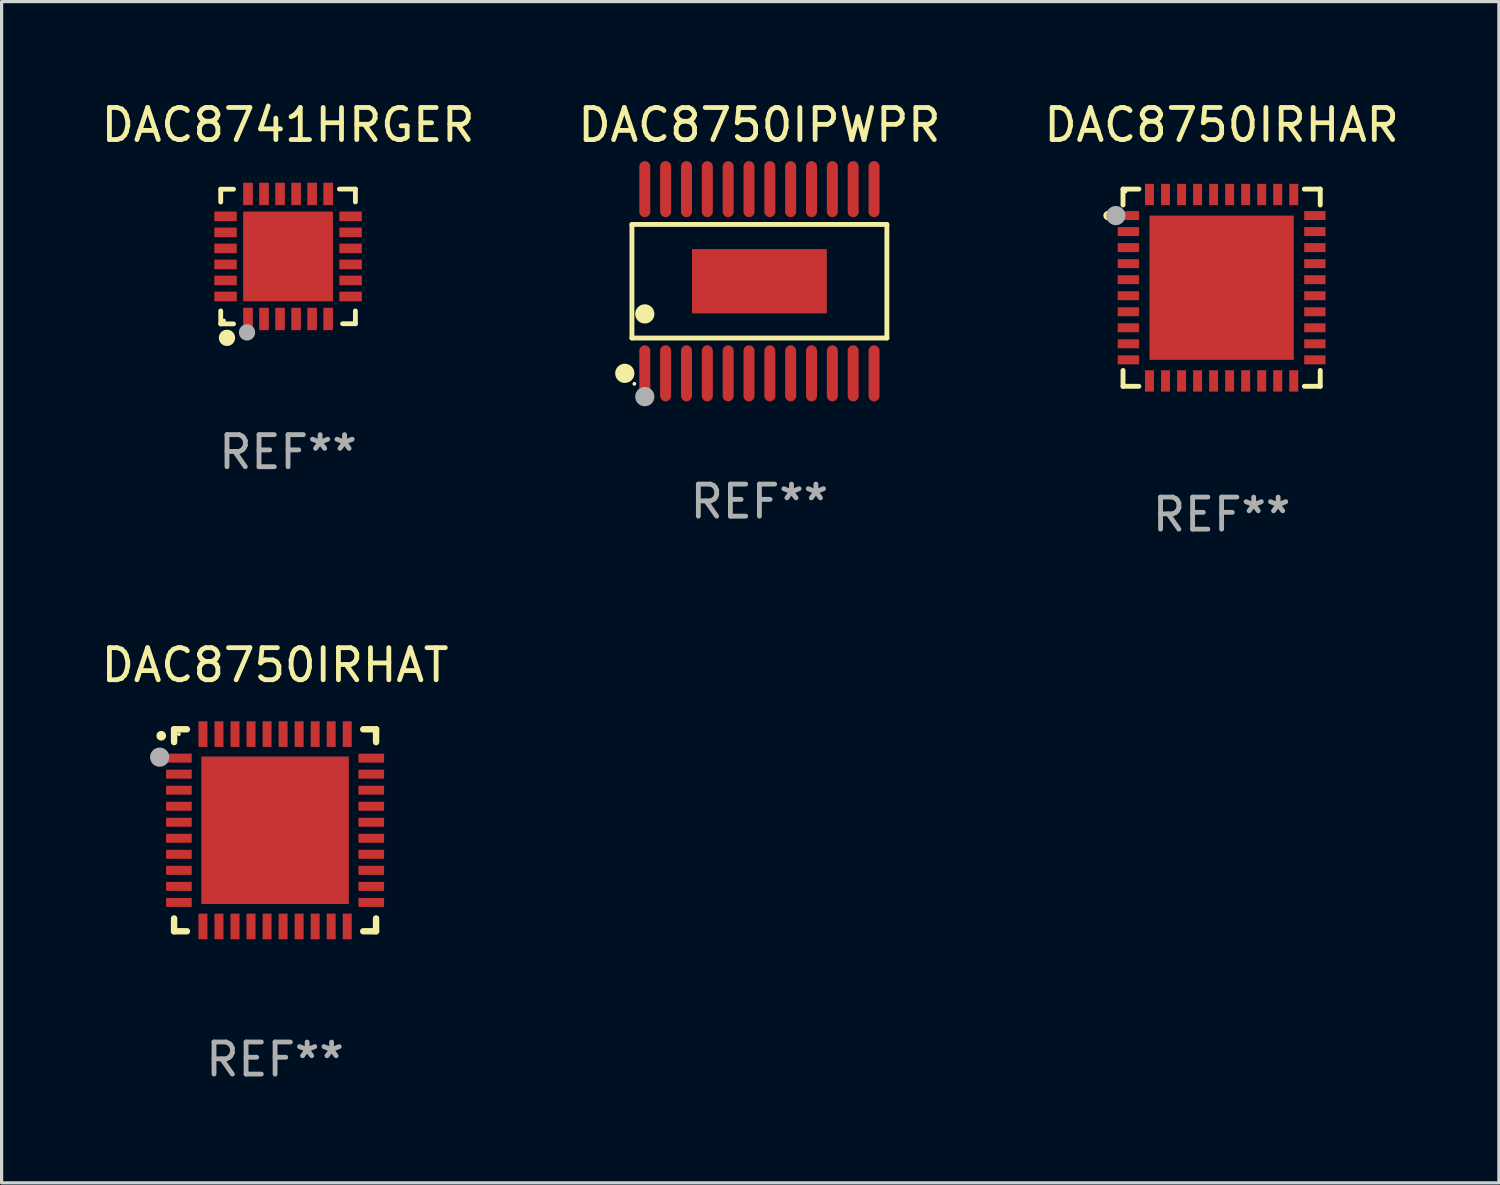
<source format=kicad_pcb>
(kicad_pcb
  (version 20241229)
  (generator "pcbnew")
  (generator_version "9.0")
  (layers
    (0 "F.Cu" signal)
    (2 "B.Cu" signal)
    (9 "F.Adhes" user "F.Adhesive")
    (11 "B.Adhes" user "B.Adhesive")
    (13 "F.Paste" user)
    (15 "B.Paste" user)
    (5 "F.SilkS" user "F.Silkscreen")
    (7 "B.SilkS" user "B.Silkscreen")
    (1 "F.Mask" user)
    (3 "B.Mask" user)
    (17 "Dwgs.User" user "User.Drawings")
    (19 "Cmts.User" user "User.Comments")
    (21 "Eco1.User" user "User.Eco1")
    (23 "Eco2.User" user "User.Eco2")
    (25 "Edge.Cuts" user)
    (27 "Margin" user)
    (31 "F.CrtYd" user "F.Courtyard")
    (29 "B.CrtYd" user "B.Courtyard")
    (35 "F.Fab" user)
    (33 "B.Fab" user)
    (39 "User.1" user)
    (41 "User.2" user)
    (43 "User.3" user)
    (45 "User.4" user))
  (footprint "DAC8750IPWPR"
    (layer "F.Cu")
    (at 20.637 5.722)
    (property "Reference" "DAC8750IPWPR" (at 0 -4.873 0) (layer "F.SilkS") (effects (font (size 1 1) (thickness 0.15))))
    (attr through_hole)
    (fp_line (start -3.976 -1.771) (end 3.976 -1.771) (stroke (width 0.152) (type solid)) (layer "F.SilkS"))
    (fp_line (start -3.976 1.771) (end -3.976 -1.771) (stroke (width 0.152) (type solid)) (layer "F.SilkS"))
    (fp_line (start 3.976 -1.771) (end 3.976 1.771) (stroke (width 0.152) (type solid)) (layer "F.SilkS"))
    (fp_line (start 3.976 1.771) (end -3.976 1.771) (stroke (width 0.152) (type solid)) (layer "F.SilkS"))
    (fp_circle (center -4.199 2.873) (end -4.049 2.873) (stroke (width 0.3) (type solid)) (fill no) (layer "F.SilkS"))
    (fp_circle (center -3.9 3.2) (end -3.87 3.2) (stroke (width 0.06) (type solid)) (fill no) (layer "F.SilkS"))
    (fp_circle (center -3.575 1.019) (end -3.425 1.019) (stroke (width 0.3) (type solid)) (fill no) (layer "F.SilkS"))
    (fp_circle (center -3.575 3.6) (end -3.425 3.6) (stroke (width 0.3) (type solid)) (fill no) (layer "F.Fab"))
    (fp_text user "REF**" (at 0 6.873 0) (layer "F.Fab") (effects (font (size 1 1) (thickness 0.15))))
    (pad "1" smd oval (at -3.575 2.873) (size 0.343 1.747) (layers "F.Cu" "F.Mask" "F.Paste"))
    (pad "2" smd oval (at -2.925 2.873) (size 0.343 1.747) (layers "F.Cu" "F.Mask" "F.Paste"))
    (pad "3" smd oval (at -2.275 2.873) (size 0.343 1.747) (layers "F.Cu" "F.Mask" "F.Paste"))
    (pad "4" smd oval (at -1.625 2.873) (size 0.343 1.747) (layers "F.Cu" "F.Mask" "F.Paste"))
    (pad "5" smd oval (at -0.975 2.873) (size 0.343 1.747) (layers "F.Cu" "F.Mask" "F.Paste"))
    (pad "6" smd oval (at -0.325 2.873) (size 0.343 1.747) (layers "F.Cu" "F.Mask" "F.Paste"))
    (pad "7" smd oval (at 0.325 2.873) (size 0.343 1.747) (layers "F.Cu" "F.Mask" "F.Paste"))
    (pad "8" smd oval (at 0.975 2.873) (size 0.343 1.747) (layers "F.Cu" "F.Mask" "F.Paste"))
    (pad "9" smd oval (at 1.625 2.873) (size 0.343 1.747) (layers "F.Cu" "F.Mask" "F.Paste"))
    (pad "10" smd oval (at 2.275 2.873) (size 0.343 1.747) (layers "F.Cu" "F.Mask" "F.Paste"))
    (pad "11" smd oval (at 2.925 2.873) (size 0.343 1.747) (layers "F.Cu" "F.Mask" "F.Paste"))
    (pad "12" smd oval (at 3.575 2.873) (size 0.343 1.747) (layers "F.Cu" "F.Mask" "F.Paste"))
    (pad "13" smd oval (at 3.575 -2.873) (size 0.343 1.747) (layers "F.Cu" "F.Mask" "F.Paste"))
    (pad "14" smd oval (at 2.925 -2.873) (size 0.343 1.747) (layers "F.Cu" "F.Mask" "F.Paste"))
    (pad "15" smd oval (at 2.275 -2.873) (size 0.343 1.747) (layers "F.Cu" "F.Mask" "F.Paste"))
    (pad "16" smd oval (at 1.625 -2.873) (size 0.343 1.747) (layers "F.Cu" "F.Mask" "F.Paste"))
    (pad "17" smd oval (at 0.975 -2.873) (size 0.343 1.747) (layers "F.Cu" "F.Mask" "F.Paste"))
    (pad "18" smd oval (at 0.325 -2.873) (size 0.343 1.747) (layers "F.Cu" "F.Mask" "F.Paste"))
    (pad "19" smd oval (at -0.325 -2.873) (size 0.343 1.747) (layers "F.Cu" "F.Mask" "F.Paste"))
    (pad "20" smd oval (at -0.975 -2.873) (size 0.343 1.747) (layers "F.Cu" "F.Mask" "F.Paste"))
    (pad "21" smd oval (at -1.625 -2.873) (size 0.343 1.747) (layers "F.Cu" "F.Mask" "F.Paste"))
    (pad "22" smd oval (at -2.275 -2.873) (size 0.343 1.747) (layers "F.Cu" "F.Mask" "F.Paste"))
    (pad "23" smd oval (at -2.925 -2.873) (size 0.343 1.747) (layers "F.Cu" "F.Mask" "F.Paste"))
    (pad "24" smd oval (at -3.575 -2.873) (size 0.343 1.747) (layers "F.Cu" "F.Mask" "F.Paste"))
    (pad "25" smd rect (at 0 0) (size 4.205 2.005) (layers "F.Cu" "F.Mask" "F.Paste")))
  (footprint "DAC8750IRHAR"
    (layer "F.Cu")
    (at 35.054 5.924)
    (property "Reference" "DAC8750IRHAR" (at 0 -5.076 0) (layer "F.SilkS") (effects (font (size 1 1) (thickness 0.15))))
    (attr through_hole)
    (fp_line (start -3.076 -3.076) (end -3.076 -2.58) (stroke (width 0.152) (type solid)) (layer "F.SilkS"))
    (fp_line (start -3.076 3.076) (end -3.076 2.58) (stroke (width 0.152) (type solid)) (layer "F.SilkS"))
    (fp_line (start -2.58 -3.076) (end -3.076 -3.076) (stroke (width 0.152) (type solid)) (layer "F.SilkS"))
    (fp_line (start -2.58 3.076) (end -3.076 3.076) (stroke (width 0.152) (type solid)) (layer "F.SilkS"))
    (fp_line (start 2.58 -3.076) (end 3.076 -3.076) (stroke (width 0.152) (type solid)) (layer "F.SilkS"))
    (fp_line (start 2.58 3.076) (end 3.076 3.076) (stroke (width 0.152) (type solid)) (layer "F.SilkS"))
    (fp_line (start 3.076 -3.076) (end 3.076 -2.58) (stroke (width 0.152) (type solid)) (layer "F.SilkS"))
    (fp_line (start 3.076 3.076) (end 3.076 2.58) (stroke (width 0.152) (type solid)) (layer "F.SilkS"))
    (fp_circle (center -3.54 -2.25) (end -3.465 -2.25) (stroke (width 0.15) (type solid)) (fill no) (layer "F.SilkS"))
    (fp_circle (center -3 -3) (end -2.97 -3) (stroke (width 0.06) (type solid)) (fill no) (layer "F.SilkS"))
    (fp_circle (center -3.3 -2.25) (end -3.15 -2.25) (stroke (width 0.3) (type solid)) (fill no) (layer "F.Fab"))
    (fp_text user "REF**" (at 0 7.076 0) (layer "F.Fab") (effects (font (size 1 1) (thickness 0.15))))
    (pad "1" smd rect (at -2.908 -2.25) (size 0.665 0.28) (layers "F.Cu" "F.Mask" "F.Paste"))
    (pad "2" smd rect (at -2.908 -1.75) (size 0.665 0.28) (layers "F.Cu" "F.Mask" "F.Paste"))
    (pad "3" smd rect (at -2.908 -1.25) (size 0.665 0.28) (layers "F.Cu" "F.Mask" "F.Paste"))
    (pad "4" smd rect (at -2.908 -0.75) (size 0.665 0.28) (layers "F.Cu" "F.Mask" "F.Paste"))
    (pad "5" smd rect (at -2.908 -0.25) (size 0.665 0.28) (layers "F.Cu" "F.Mask" "F.Paste"))
    (pad "6" smd rect (at -2.908 0.25) (size 0.665 0.28) (layers "F.Cu" "F.Mask" "F.Paste"))
    (pad "7" smd rect (at -2.908 0.75) (size 0.665 0.28) (layers "F.Cu" "F.Mask" "F.Paste"))
    (pad "8" smd rect (at -2.908 1.25) (size 0.665 0.28) (layers "F.Cu" "F.Mask" "F.Paste"))
    (pad "9" smd rect (at -2.908 1.75) (size 0.665 0.28) (layers "F.Cu" "F.Mask" "F.Paste"))
    (pad "10" smd rect (at -2.908 2.25) (size 0.665 0.28) (layers "F.Cu" "F.Mask" "F.Paste"))
    (pad "11" smd rect (at -2.25 2.908) (size 0.28 0.665) (layers "F.Cu" "F.Mask" "F.Paste"))
    (pad "12" smd rect (at -1.75 2.908) (size 0.28 0.665) (layers "F.Cu" "F.Mask" "F.Paste"))
    (pad "13" smd rect (at -1.25 2.908) (size 0.28 0.665) (layers "F.Cu" "F.Mask" "F.Paste"))
    (pad "14" smd rect (at -0.75 2.908) (size 0.28 0.665) (layers "F.Cu" "F.Mask" "F.Paste"))
    (pad "15" smd rect (at -0.25 2.908) (size 0.28 0.665) (layers "F.Cu" "F.Mask" "F.Paste"))
    (pad "16" smd rect (at 0.25 2.908) (size 0.28 0.665) (layers "F.Cu" "F.Mask" "F.Paste"))
    (pad "17" smd rect (at 0.75 2.908) (size 0.28 0.665) (layers "F.Cu" "F.Mask" "F.Paste"))
    (pad "18" smd rect (at 1.25 2.908) (size 0.28 0.665) (layers "F.Cu" "F.Mask" "F.Paste"))
    (pad "19" smd rect (at 1.75 2.908) (size 0.28 0.665) (layers "F.Cu" "F.Mask" "F.Paste"))
    (pad "20" smd rect (at 2.25 2.908) (size 0.28 0.665) (layers "F.Cu" "F.Mask" "F.Paste"))
    (pad "21" smd rect (at 2.908 2.25) (size 0.665 0.28) (layers "F.Cu" "F.Mask" "F.Paste"))
    (pad "22" smd rect (at 2.908 1.75) (size 0.665 0.28) (layers "F.Cu" "F.Mask" "F.Paste"))
    (pad "23" smd rect (at 2.908 1.25) (size 0.665 0.28) (layers "F.Cu" "F.Mask" "F.Paste"))
    (pad "24" smd rect (at 2.908 0.75) (size 0.665 0.28) (layers "F.Cu" "F.Mask" "F.Paste"))
    (pad "25" smd rect (at 2.908 0.25) (size 0.665 0.28) (layers "F.Cu" "F.Mask" "F.Paste"))
    (pad "26" smd rect (at 2.908 -0.25) (size 0.665 0.28) (layers "F.Cu" "F.Mask" "F.Paste"))
    (pad "27" smd rect (at 2.908 -0.75) (size 0.665 0.28) (layers "F.Cu" "F.Mask" "F.Paste"))
    (pad "28" smd rect (at 2.908 -1.25) (size 0.665 0.28) (layers "F.Cu" "F.Mask" "F.Paste"))
    (pad "29" smd rect (at 2.908 -1.75) (size 0.665 0.28) (layers "F.Cu" "F.Mask" "F.Paste"))
    (pad "30" smd rect (at 2.908 -2.25) (size 0.665 0.28) (layers "F.Cu" "F.Mask" "F.Paste"))
    (pad "31" smd rect (at 2.25 -2.908) (size 0.28 0.665) (layers "F.Cu" "F.Mask" "F.Paste"))
    (pad "32" smd rect (at 1.75 -2.908) (size 0.28 0.665) (layers "F.Cu" "F.Mask" "F.Paste"))
    (pad "33" smd rect (at 1.25 -2.908) (size 0.28 0.665) (layers "F.Cu" "F.Mask" "F.Paste"))
    (pad "34" smd rect (at 0.75 -2.908) (size 0.28 0.665) (layers "F.Cu" "F.Mask" "F.Paste"))
    (pad "35" smd rect (at 0.25 -2.908) (size 0.28 0.665) (layers "F.Cu" "F.Mask" "F.Paste"))
    (pad "36" smd rect (at -0.25 -2.908) (size 0.28 0.665) (layers "F.Cu" "F.Mask" "F.Paste"))
    (pad "37" smd rect (at -0.75 -2.908) (size 0.28 0.665) (layers "F.Cu" "F.Mask" "F.Paste"))
    (pad "38" smd rect (at -1.25 -2.908) (size 0.28 0.665) (layers "F.Cu" "F.Mask" "F.Paste"))
    (pad "39" smd rect (at -1.75 -2.908) (size 0.28 0.665) (layers "F.Cu" "F.Mask" "F.Paste"))
    (pad "40" smd rect (at -2.25 -2.908) (size 0.28 0.665) (layers "F.Cu" "F.Mask" "F.Paste"))
    (pad "41" smd rect (at 0 0) (size 4.5 4.5) (layers "F.Cu" "F.Mask" "F.Paste")))
  (footprint "DAC8750IRHAT"
    (layer "F.Cu")
    (at 5.53 22.847)
    (property "Reference" "DAC8750IRHAT" (at 0 -5.15 0) (layer "F.SilkS") (effects (font (size 1 1) (thickness 0.15))))
    (attr through_hole)
    (fp_line (start -3.15 -3.15) (end -2.75 -3.15) (stroke (width 0.2) (type solid)) (layer "F.SilkS"))
    (fp_line (start -3.15 -2.75) (end -3.15 -3.15) (stroke (width 0.2) (type solid)) (layer "F.SilkS"))
    (fp_line (start -3.15 3.15) (end -3.15 2.75) (stroke (width 0.2) (type solid)) (layer "F.SilkS"))
    (fp_line (start -2.75 3.15) (end -3.15 3.15) (stroke (width 0.2) (type solid)) (layer "F.SilkS"))
    (fp_line (start 2.75 -3.15) (end 3.15 -3.15) (stroke (width 0.2) (type solid)) (layer "F.SilkS"))
    (fp_line (start 2.75 3.15) (end 3.15 3.15) (stroke (width 0.2) (type solid)) (layer "F.SilkS"))
    (fp_line (start 3.15 -3.15) (end 3.15 -2.75) (stroke (width 0.2) (type solid)) (layer "F.SilkS"))
    (fp_line (start 3.15 3.15) (end 3.15 2.75) (stroke (width 0.2) (type solid)) (layer "F.SilkS"))
    (fp_arc (start -3.550927 -2.946406) (mid -3.550932 -2.947676) (end -3.550927 -2.948946) (stroke (width 0.3) (type solid)) (layer "F.SilkS"))
    (fp_circle (center -3 -3) (end -2.97 -3) (stroke (width 0.06) (type solid)) (fill no) (layer "F.SilkS"))
    (fp_circle (center -3.6 -2.28) (end -3.45 -2.28) (stroke (width 0.3) (type solid)) (fill no) (layer "F.Fab"))
    (fp_text user "REF**" (at 0 7.15 0) (layer "F.Fab") (effects (font (size 1 1) (thickness 0.15))))
    (pad "1" smd rect (at -3 -2.25 90) (size 0.28 0.8) (layers "F.Cu" "F.Mask" "F.Paste"))
    (pad "2" smd rect (at -3 -1.75 90) (size 0.28 0.8) (layers "F.Cu" "F.Mask" "F.Paste"))
    (pad "3" smd rect (at -3 -1.25 90) (size 0.28 0.8) (layers "F.Cu" "F.Mask" "F.Paste"))
    (pad "4" smd rect (at -3 -0.75 90) (size 0.28 0.8) (layers "F.Cu" "F.Mask" "F.Paste"))
    (pad "5" smd rect (at -3 -0.25 90) (size 0.28 0.8) (layers "F.Cu" "F.Mask" "F.Paste"))
    (pad "6" smd rect (at -3 0.25 90) (size 0.28 0.8) (layers "F.Cu" "F.Mask" "F.Paste"))
    (pad "7" smd rect (at -3 0.75 90) (size 0.28 0.8) (layers "F.Cu" "F.Mask" "F.Paste"))
    (pad "8" smd rect (at -3 1.25 90) (size 0.28 0.8) (layers "F.Cu" "F.Mask" "F.Paste"))
    (pad "9" smd rect (at -3 1.75 90) (size 0.28 0.8) (layers "F.Cu" "F.Mask" "F.Paste"))
    (pad "10" smd rect (at -3 2.25 90) (size 0.28 0.8) (layers "F.Cu" "F.Mask" "F.Paste"))
    (pad "11" smd rect (at -2.25 3) (size 0.28 0.8) (layers "F.Cu" "F.Mask" "F.Paste"))
    (pad "12" smd rect (at -1.75 3) (size 0.28 0.8) (layers "F.Cu" "F.Mask" "F.Paste"))
    (pad "13" smd rect (at -1.25 3) (size 0.28 0.8) (layers "F.Cu" "F.Mask" "F.Paste"))
    (pad "14" smd rect (at -0.75 3) (size 0.28 0.8) (layers "F.Cu" "F.Mask" "F.Paste"))
    (pad "15" smd rect (at -0.25 3) (size 0.28 0.8) (layers "F.Cu" "F.Mask" "F.Paste"))
    (pad "16" smd rect (at 0.25 3) (size 0.28 0.8) (layers "F.Cu" "F.Mask" "F.Paste"))
    (pad "17" smd rect (at 0.75 3) (size 0.28 0.8) (layers "F.Cu" "F.Mask" "F.Paste"))
    (pad "18" smd rect (at 1.25 3) (size 0.28 0.8) (layers "F.Cu" "F.Mask" "F.Paste"))
    (pad "19" smd rect (at 1.75 3) (size 0.28 0.8) (layers "F.Cu" "F.Mask" "F.Paste"))
    (pad "20" smd rect (at 2.25 3) (size 0.28 0.8) (layers "F.Cu" "F.Mask" "F.Paste"))
    (pad "21" smd rect (at 3 2.25 90) (size 0.28 0.8) (layers "F.Cu" "F.Mask" "F.Paste"))
    (pad "22" smd rect (at 3 1.75 90) (size 0.28 0.8) (layers "F.Cu" "F.Mask" "F.Paste"))
    (pad "23" smd rect (at 3 1.25 90) (size 0.28 0.8) (layers "F.Cu" "F.Mask" "F.Paste"))
    (pad "24" smd rect (at 3 0.75 90) (size 0.28 0.8) (layers "F.Cu" "F.Mask" "F.Paste"))
    (pad "25" smd rect (at 3 0.25 90) (size 0.28 0.8) (layers "F.Cu" "F.Mask" "F.Paste"))
    (pad "26" smd rect (at 3 -0.25 90) (size 0.28 0.8) (layers "F.Cu" "F.Mask" "F.Paste"))
    (pad "27" smd rect (at 3 -0.75 90) (size 0.28 0.8) (layers "F.Cu" "F.Mask" "F.Paste"))
    (pad "28" smd rect (at 3 -1.25 90) (size 0.28 0.8) (layers "F.Cu" "F.Mask" "F.Paste"))
    (pad "29" smd rect (at 3 -1.75 90) (size 0.28 0.8) (layers "F.Cu" "F.Mask" "F.Paste"))
    (pad "30" smd rect (at 3 -2.25 90) (size 0.28 0.8) (layers "F.Cu" "F.Mask" "F.Paste"))
    (pad "31" smd rect (at 2.25 -3) (size 0.28 0.8) (layers "F.Cu" "F.Mask" "F.Paste"))
    (pad "32" smd rect (at 1.75 -3) (size 0.28 0.8) (layers "F.Cu" "F.Mask" "F.Paste"))
    (pad "33" smd rect (at 1.25 -3) (size 0.28 0.8) (layers "F.Cu" "F.Mask" "F.Paste"))
    (pad "34" smd rect (at 0.75 -3) (size 0.28 0.8) (layers "F.Cu" "F.Mask" "F.Paste"))
    (pad "35" smd rect (at 0.25 -3) (size 0.28 0.8) (layers "F.Cu" "F.Mask" "F.Paste"))
    (pad "36" smd rect (at -0.25 -3) (size 0.28 0.8) (layers "F.Cu" "F.Mask" "F.Paste"))
    (pad "37" smd rect (at -0.75 -3) (size 0.28 0.8) (layers "F.Cu" "F.Mask" "F.Paste"))
    (pad "38" smd rect (at -1.25 -3) (size 0.28 0.8) (layers "F.Cu" "F.Mask" "F.Paste"))
    (pad "39" smd rect (at -1.75 -3) (size 0.28 0.8) (layers "F.Cu" "F.Mask" "F.Paste"))
    (pad "40" smd rect (at -2.25 -3) (size 0.28 0.8) (layers "F.Cu" "F.Mask" "F.Paste"))
    (pad "41" smd rect (at -0.000102 0) (size 4.6 4.6) (layers "F.Cu" "F.Mask" "F.Paste")))
  (footprint "DAC8741HRGER"
    (layer "F.Cu")
    (at 5.935 4.95)
    (property "Reference" "DAC8741HRGER" (at 0 -4.102 0) (layer "F.SilkS") (effects (font (size 1 1) (thickness 0.15))))
    (attr through_hole)
    (fp_line (start -2.1 -2.098) (end -1.7 -2.098) (stroke (width 0.15) (type solid)) (layer "F.SilkS"))
    (fp_line (start -2.1 -1.698) (end -2.1 -2.098) (stroke (width 0.15) (type solid)) (layer "F.SilkS"))
    (fp_line (start -2.1 2.102) (end -2.1 1.698) (stroke (width 0.15) (type solid)) (layer "F.SilkS"))
    (fp_line (start -1.7 2.102) (end -2.1 2.102) (stroke (width 0.15) (type solid)) (layer "F.SilkS"))
    (fp_line (start 1.6 -2.102) (end 2.1 -2.102) (stroke (width 0.15) (type solid)) (layer "F.SilkS"))
    (fp_line (start 1.7 2.098) (end 2.1 2.098) (stroke (width 0.15) (type solid)) (layer "F.SilkS"))
    (fp_line (start 2.1 -2.102) (end 2.1 -1.702) (stroke (width 0.15) (type solid)) (layer "F.SilkS"))
    (fp_line (start 2.1 2.098) (end 2.1 1.698) (stroke (width 0.15) (type solid)) (layer "F.SilkS"))
    (fp_circle (center -2 1.998) (end -1.97 1.998) (stroke (width 0.06) (type solid)) (fill no) (layer "F.SilkS"))
    (fp_circle (center -1.905 2.538) (end -1.778 2.538) (stroke (width 0.254) (type solid)) (fill no) (layer "F.SilkS"))
    (fp_circle (center -1.28 2.368) (end -1.153 2.368) (stroke (width 0.254) (type solid)) (fill no) (layer "F.Fab"))
    (fp_text user "REF**" (at 0 6.102 0) (layer "F.Fab") (effects (font (size 1 1) (thickness 0.15))))
    (pad "1" smd rect (at -1.25 1.948 180) (size 0.3 0.7) (layers "F.Cu" "F.Mask" "F.Paste"))
    (pad "2" smd rect (at -0.75 1.948 180) (size 0.3 0.7) (layers "F.Cu" "F.Mask" "F.Paste"))
    (pad "3" smd rect (at -0.25 1.948 180) (size 0.3 0.7) (layers "F.Cu" "F.Mask" "F.Paste"))
    (pad "4" smd rect (at 0.25 1.948 180) (size 0.3 0.7) (layers "F.Cu" "F.Mask" "F.Paste"))
    (pad "5" smd rect (at 0.75 1.948 180) (size 0.3 0.7) (layers "F.Cu" "F.Mask" "F.Paste"))
    (pad "6" smd rect (at 1.25 1.948 180) (size 0.3 0.7) (layers "F.Cu" "F.Mask" "F.Paste"))
    (pad "7" smd rect (at 1.95 1.248 270) (size 0.3 0.7) (layers "F.Cu" "F.Mask" "F.Paste"))
    (pad "8" smd rect (at 1.95 0.748 270) (size 0.3 0.7) (layers "F.Cu" "F.Mask" "F.Paste"))
    (pad "9" smd rect (at 1.95 0.248 270) (size 0.3 0.7) (layers "F.Cu" "F.Mask" "F.Paste"))
    (pad "10" smd rect (at 1.95 -0.252 270) (size 0.3 0.7) (layers "F.Cu" "F.Mask" "F.Paste"))
    (pad "11" smd rect (at 1.95 -0.752 270) (size 0.3 0.7) (layers "F.Cu" "F.Mask" "F.Paste"))
    (pad "12" smd rect (at 1.95 -1.252 270) (size 0.3 0.7) (layers "F.Cu" "F.Mask" "F.Paste"))
    (pad "13" smd rect (at 1.25 -1.952) (size 0.3 0.7) (layers "F.Cu" "F.Mask" "F.Paste"))
    (pad "14" smd rect (at 0.75 -1.952) (size 0.3 0.7) (layers "F.Cu" "F.Mask" "F.Paste"))
    (pad "15" smd rect (at 0.25 -1.952) (size 0.3 0.7) (layers "F.Cu" "F.Mask" "F.Paste"))
    (pad "16" smd rect (at -0.25 -1.952) (size 0.3 0.7) (layers "F.Cu" "F.Mask" "F.Paste"))
    (pad "17" smd rect (at -0.75 -1.952) (size 0.3 0.7) (layers "F.Cu" "F.Mask" "F.Paste"))
    (pad "18" smd rect (at -1.25 -1.952) (size 0.3 0.7) (layers "F.Cu" "F.Mask" "F.Paste"))
    (pad "19" smd rect (at -1.95 -1.252 90) (size 0.3 0.7) (layers "F.Cu" "F.Mask" "F.Paste"))
    (pad "20" smd rect (at -1.95 -0.752 90) (size 0.3 0.7) (layers "F.Cu" "F.Mask" "F.Paste"))
    (pad "21" smd rect (at -1.95 -0.252 90) (size 0.3 0.7) (layers "F.Cu" "F.Mask" "F.Paste"))
    (pad "22" smd rect (at -1.95 0.248 90) (size 0.3 0.7) (layers "F.Cu" "F.Mask" "F.Paste"))
    (pad "23" smd rect (at -1.95 0.748 90) (size 0.3 0.7) (layers "F.Cu" "F.Mask" "F.Paste"))
    (pad "24" smd rect (at -1.95 1.248 90) (size 0.3 0.7) (layers "F.Cu" "F.Mask" "F.Paste"))
    (pad "25" smd rect (at 0.000038 -0.002) (size 2.8 2.8) (layers "F.Cu" "F.Mask" "F.Paste")))
  (gr_rect
    (start -3 -3)
    (end 43.702 33.845)
    (stroke (width 0.1) (type default))
    (fill no)
    (layer "Edge.Cuts")))
</source>
